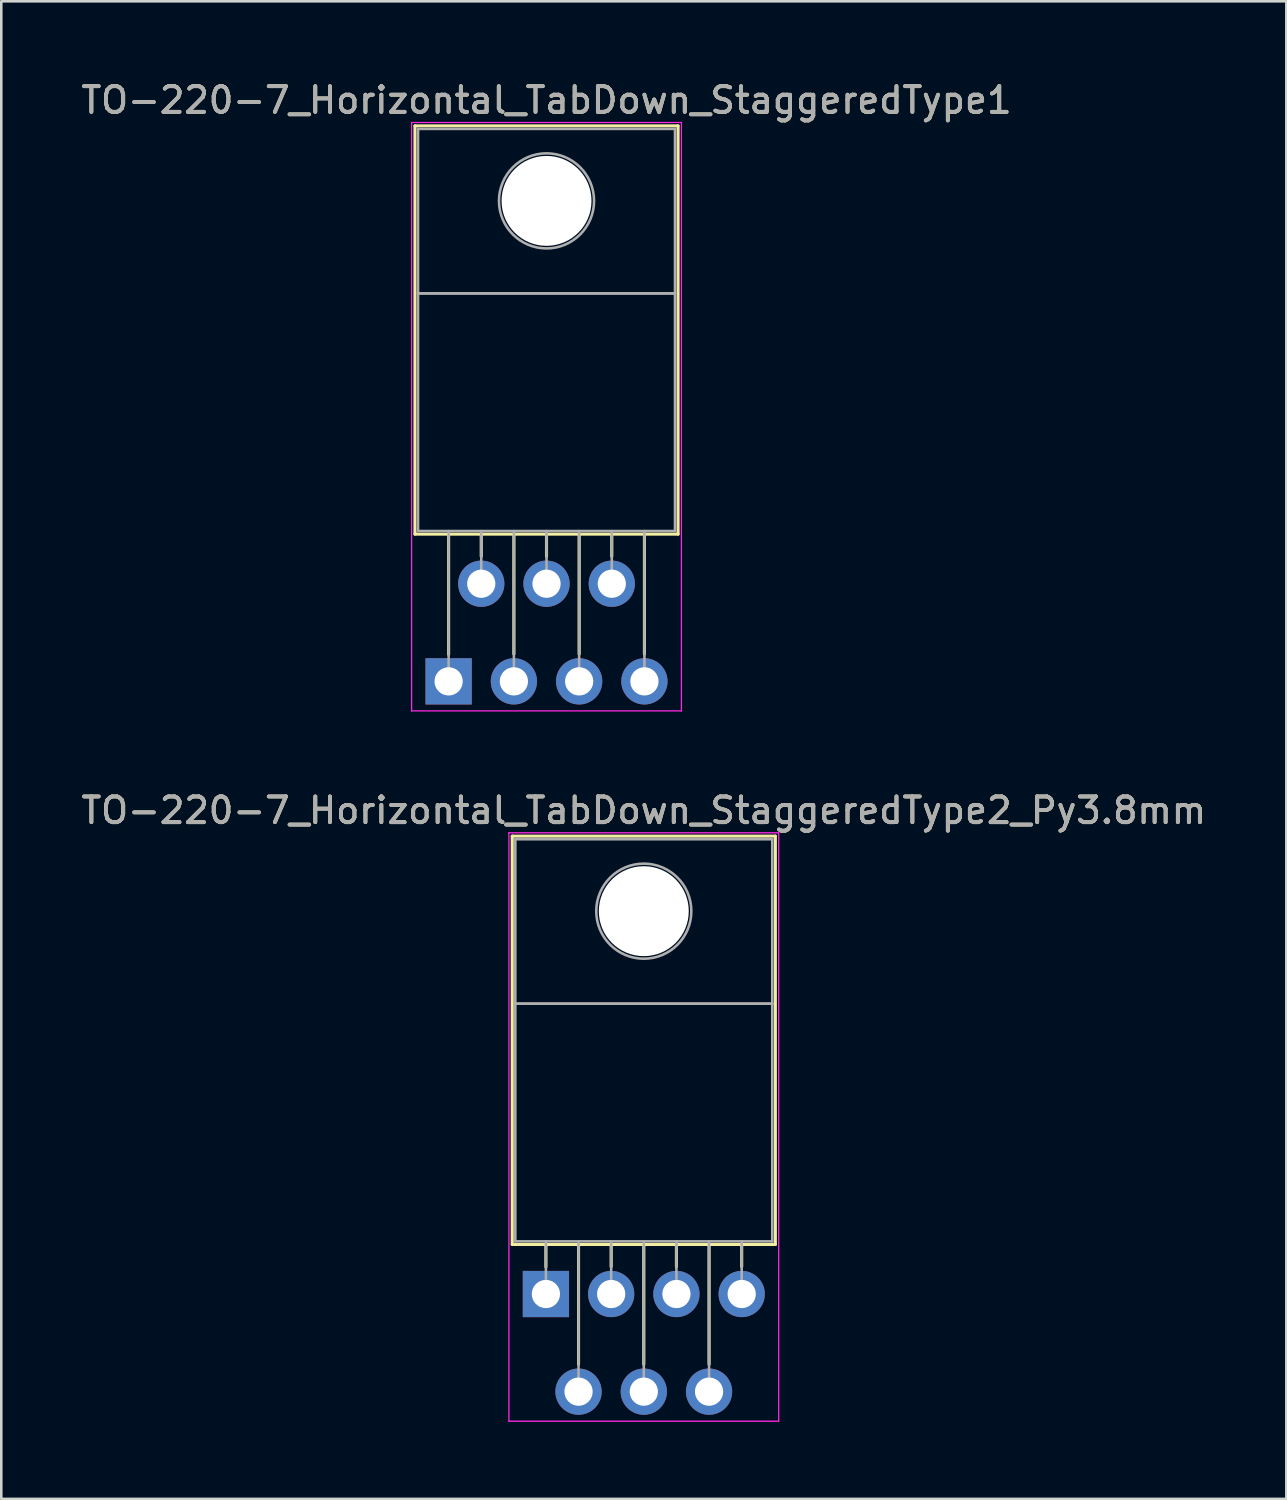
<source format=kicad_pcb>
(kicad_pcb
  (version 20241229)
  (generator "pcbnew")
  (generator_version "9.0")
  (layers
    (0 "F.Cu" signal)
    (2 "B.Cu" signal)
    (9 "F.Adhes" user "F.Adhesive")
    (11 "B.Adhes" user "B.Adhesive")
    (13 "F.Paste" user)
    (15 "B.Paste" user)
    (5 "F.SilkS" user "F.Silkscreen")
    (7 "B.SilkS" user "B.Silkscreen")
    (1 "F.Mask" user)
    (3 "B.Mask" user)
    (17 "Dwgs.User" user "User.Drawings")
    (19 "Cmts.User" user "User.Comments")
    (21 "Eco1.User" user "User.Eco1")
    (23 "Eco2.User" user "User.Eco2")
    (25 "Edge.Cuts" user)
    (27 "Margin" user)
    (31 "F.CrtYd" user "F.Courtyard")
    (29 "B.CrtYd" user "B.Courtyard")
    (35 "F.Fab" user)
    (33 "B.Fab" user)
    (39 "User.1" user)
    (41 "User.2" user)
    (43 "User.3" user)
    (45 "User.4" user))
  (footprint "TO-220-7_Horizontal_TabDown_StaggeredType1"
    (layer "F.Cu")
    (at 14.41 23.468)
    (property "Reference" "TO-220-7_Horizontal_TabDown_StaggeredType1" (at 3.81 -22.62 0) (layer "F.SilkS") (effects (font (size 1 1) (thickness 0.15))))
    (attr through_hole)
    (fp_line (start -1.31 -21.62) (end -1.31 -5.73) (stroke (width 0.12) (type solid)) (layer "F.SilkS"))
    (fp_line (start -1.31 -21.62) (end 8.93 -21.62) (stroke (width 0.12) (type solid)) (layer "F.SilkS"))
    (fp_line (start -1.31 -5.73) (end 8.93 -5.73) (stroke (width 0.12) (type solid)) (layer "F.SilkS"))
    (fp_line (start 0 -5.73) (end 0 -1.05) (stroke (width 0.12) (type solid)) (layer "F.SilkS"))
    (fp_line (start 1.27 -5.73) (end 1.27 -4.866) (stroke (width 0.12) (type solid)) (layer "F.SilkS"))
    (fp_line (start 2.54 -5.73) (end 2.54 -1.065) (stroke (width 0.12) (type solid)) (layer "F.SilkS"))
    (fp_line (start 3.81 -5.73) (end 3.81 -4.866) (stroke (width 0.12) (type solid)) (layer "F.SilkS"))
    (fp_line (start 5.08 -5.73) (end 5.08 -1.065) (stroke (width 0.12) (type solid)) (layer "F.SilkS"))
    (fp_line (start 6.35 -5.73) (end 6.35 -4.866) (stroke (width 0.12) (type solid)) (layer "F.SilkS"))
    (fp_line (start 7.62 -5.73) (end 7.62 -1.065) (stroke (width 0.12) (type solid)) (layer "F.SilkS"))
    (fp_line (start 8.93 -21.62) (end 8.93 -5.73) (stroke (width 0.12) (type solid)) (layer "F.SilkS"))
    (fp_line (start -1.44 -21.75) (end -1.44 1.15) (stroke (width 0.05) (type solid)) (layer "F.CrtYd"))
    (fp_line (start -1.44 1.15) (end 9.06 1.15) (stroke (width 0.05) (type solid)) (layer "F.CrtYd"))
    (fp_line (start 9.06 -21.75) (end -1.44 -21.75) (stroke (width 0.05) (type solid)) (layer "F.CrtYd"))
    (fp_line (start 9.06 1.15) (end 9.06 -21.75) (stroke (width 0.05) (type solid)) (layer "F.CrtYd"))
    (fp_line (start -1.19 -21.5) (end 8.81 -21.5) (stroke (width 0.1) (type solid)) (layer "F.Fab"))
    (fp_line (start -1.19 -15.1) (end -1.19 -21.5) (stroke (width 0.1) (type solid)) (layer "F.Fab"))
    (fp_line (start -1.19 -15.1) (end 8.81 -15.1) (stroke (width 0.1) (type solid)) (layer "F.Fab"))
    (fp_line (start -1.19 -5.85) (end -1.19 -15.1) (stroke (width 0.1) (type solid)) (layer "F.Fab"))
    (fp_line (start 0 -5.85) (end 0 0) (stroke (width 0.1) (type solid)) (layer "F.Fab"))
    (fp_line (start 1.27 -5.85) (end 1.27 -3.8) (stroke (width 0.1) (type solid)) (layer "F.Fab"))
    (fp_line (start 2.54 -5.85) (end 2.54 0) (stroke (width 0.1) (type solid)) (layer "F.Fab"))
    (fp_line (start 3.81 -5.85) (end 3.81 -3.8) (stroke (width 0.1) (type solid)) (layer "F.Fab"))
    (fp_line (start 5.08 -5.85) (end 5.08 0) (stroke (width 0.1) (type solid)) (layer "F.Fab"))
    (fp_line (start 6.35 -5.85) (end 6.35 -3.8) (stroke (width 0.1) (type solid)) (layer "F.Fab"))
    (fp_line (start 7.62 -5.85) (end 7.62 0) (stroke (width 0.1) (type solid)) (layer "F.Fab"))
    (fp_line (start 8.81 -21.5) (end 8.81 -15.1) (stroke (width 0.1) (type solid)) (layer "F.Fab"))
    (fp_line (start 8.81 -15.1) (end -1.19 -15.1) (stroke (width 0.1) (type solid)) (layer "F.Fab"))
    (fp_line (start 8.81 -15.1) (end 8.81 -5.85) (stroke (width 0.1) (type solid)) (layer "F.Fab"))
    (fp_line (start 8.81 -5.85) (end -1.19 -5.85) (stroke (width 0.1) (type solid)) (layer "F.Fab"))
    (fp_circle (center 3.81 -18.7) (end 5.66 -18.7) (stroke (width 0.1) (type solid)) (fill no) (layer "F.Fab"))
    (fp_text user "${REFERENCE}" (at 3.81 -22.62 0) (layer "F.Fab") (effects (font (size 1 1) (thickness 0.15))))
    (pad "" np_thru_hole oval (at 3.81 -18.7) (size 3.5 3.5) (drill 3.5) (layers "*.Cu" "*.Mask"))
    (pad "1" thru_hole rect (at 0 0) (size 1.8 1.8) (drill 1.1) (layers "*.Cu" "*.Mask"))
    (pad "2" thru_hole oval (at 1.27 -3.8) (size 1.8 1.8) (drill 1.1) (layers "*.Cu" "*.Mask"))
    (pad "3" thru_hole oval (at 2.54 0) (size 1.8 1.8) (drill 1.1) (layers "*.Cu" "*.Mask"))
    (pad "4" thru_hole oval (at 3.81 -3.8) (size 1.8 1.8) (drill 1.1) (layers "*.Cu" "*.Mask"))
    (pad "5" thru_hole oval (at 5.08 0) (size 1.8 1.8) (drill 1.1) (layers "*.Cu" "*.Mask"))
    (pad "6" thru_hole oval (at 6.35 -3.8) (size 1.8 1.8) (drill 1.1) (layers "*.Cu" "*.Mask"))
    (pad "7" thru_hole oval (at 7.62 0) (size 1.8 1.8) (drill 1.1) (layers "*.Cu" "*.Mask")))
  (footprint "TO-220-7_Horizontal_TabDown_StaggeredType2_Py3.8mm"
    (layer "F.Cu")
    (at 18.196 47.312)
    (property "Reference" "TO-220-7_Horizontal_TabDown_StaggeredType2_Py3.8mm" (at 3.81 -18.82 0) (layer "F.SilkS") (effects (font (size 1 1) (thickness 0.15))))
    (attr through_hole)
    (fp_line (start -1.31 -17.82) (end -1.31 -1.93) (stroke (width 0.12) (type solid)) (layer "F.SilkS"))
    (fp_line (start -1.31 -17.82) (end 8.93 -17.82) (stroke (width 0.12) (type solid)) (layer "F.SilkS"))
    (fp_line (start -1.31 -1.93) (end 8.93 -1.93) (stroke (width 0.12) (type solid)) (layer "F.SilkS"))
    (fp_line (start 0 -1.93) (end 0 -1.05) (stroke (width 0.12) (type solid)) (layer "F.SilkS"))
    (fp_line (start 1.27 -1.93) (end 1.27 2.735) (stroke (width 0.12) (type solid)) (layer "F.SilkS"))
    (fp_line (start 2.54 -1.93) (end 2.54 -1.066) (stroke (width 0.12) (type solid)) (layer "F.SilkS"))
    (fp_line (start 3.81 -1.93) (end 3.81 2.735) (stroke (width 0.12) (type solid)) (layer "F.SilkS"))
    (fp_line (start 5.08 -1.93) (end 5.08 -1.066) (stroke (width 0.12) (type solid)) (layer "F.SilkS"))
    (fp_line (start 6.35 -1.93) (end 6.35 2.735) (stroke (width 0.12) (type solid)) (layer "F.SilkS"))
    (fp_line (start 7.62 -1.93) (end 7.62 -1.066) (stroke (width 0.12) (type solid)) (layer "F.SilkS"))
    (fp_line (start 8.93 -17.82) (end 8.93 -1.93) (stroke (width 0.12) (type solid)) (layer "F.SilkS"))
    (fp_line (start -1.44 -17.95) (end -1.44 4.95) (stroke (width 0.05) (type solid)) (layer "F.CrtYd"))
    (fp_line (start -1.44 4.95) (end 9.06 4.95) (stroke (width 0.05) (type solid)) (layer "F.CrtYd"))
    (fp_line (start 9.06 -17.95) (end -1.44 -17.95) (stroke (width 0.05) (type solid)) (layer "F.CrtYd"))
    (fp_line (start 9.06 4.95) (end 9.06 -17.95) (stroke (width 0.05) (type solid)) (layer "F.CrtYd"))
    (fp_line (start -1.19 -17.7) (end 8.81 -17.7) (stroke (width 0.1) (type solid)) (layer "F.Fab"))
    (fp_line (start -1.19 -11.3) (end -1.19 -17.7) (stroke (width 0.1) (type solid)) (layer "F.Fab"))
    (fp_line (start -1.19 -11.3) (end 8.81 -11.3) (stroke (width 0.1) (type solid)) (layer "F.Fab"))
    (fp_line (start -1.19 -2.05) (end -1.19 -11.3) (stroke (width 0.1) (type solid)) (layer "F.Fab"))
    (fp_line (start 0 -2.05) (end 0 0) (stroke (width 0.1) (type solid)) (layer "F.Fab"))
    (fp_line (start 1.27 -2.05) (end 1.27 3.8) (stroke (width 0.1) (type solid)) (layer "F.Fab"))
    (fp_line (start 2.54 -2.05) (end 2.54 0) (stroke (width 0.1) (type solid)) (layer "F.Fab"))
    (fp_line (start 3.81 -2.05) (end 3.81 3.8) (stroke (width 0.1) (type solid)) (layer "F.Fab"))
    (fp_line (start 5.08 -2.05) (end 5.08 0) (stroke (width 0.1) (type solid)) (layer "F.Fab"))
    (fp_line (start 6.35 -2.05) (end 6.35 3.8) (stroke (width 0.1) (type solid)) (layer "F.Fab"))
    (fp_line (start 7.62 -2.05) (end 7.62 0) (stroke (width 0.1) (type solid)) (layer "F.Fab"))
    (fp_line (start 8.81 -17.7) (end 8.81 -11.3) (stroke (width 0.1) (type solid)) (layer "F.Fab"))
    (fp_line (start 8.81 -11.3) (end -1.19 -11.3) (stroke (width 0.1) (type solid)) (layer "F.Fab"))
    (fp_line (start 8.81 -11.3) (end 8.81 -2.05) (stroke (width 0.1) (type solid)) (layer "F.Fab"))
    (fp_line (start 8.81 -2.05) (end -1.19 -2.05) (stroke (width 0.1) (type solid)) (layer "F.Fab"))
    (fp_circle (center 3.81 -14.9) (end 5.66 -14.9) (stroke (width 0.1) (type solid)) (fill no) (layer "F.Fab"))
    (fp_text user "${REFERENCE}" (at 3.81 -18.82 0) (layer "F.Fab") (effects (font (size 1 1) (thickness 0.15))))
    (pad "" np_thru_hole oval (at 3.81 -14.9) (size 3.5 3.5) (drill 3.5) (layers "*.Cu" "*.Mask"))
    (pad "1" thru_hole rect (at 0 0) (size 1.8 1.8) (drill 1.1) (layers "*.Cu" "*.Mask"))
    (pad "2" thru_hole oval (at 1.27 3.8) (size 1.8 1.8) (drill 1.1) (layers "*.Cu" "*.Mask"))
    (pad "3" thru_hole oval (at 2.54 0) (size 1.8 1.8) (drill 1.1) (layers "*.Cu" "*.Mask"))
    (pad "4" thru_hole oval (at 3.81 3.8) (size 1.8 1.8) (drill 1.1) (layers "*.Cu" "*.Mask"))
    (pad "5" thru_hole oval (at 5.08 0) (size 1.8 1.8) (drill 1.1) (layers "*.Cu" "*.Mask"))
    (pad "6" thru_hole oval (at 6.35 3.8) (size 1.8 1.8) (drill 1.1) (layers "*.Cu" "*.Mask"))
    (pad "7" thru_hole oval (at 7.62 0) (size 1.8 1.8) (drill 1.1) (layers "*.Cu" "*.Mask")))
  (gr_rect
    (start -3 -3)
    (end 47.012 55.286)
    (stroke (width 0.1) (type default))
    (fill no)
    (layer "Edge.Cuts")))
</source>
